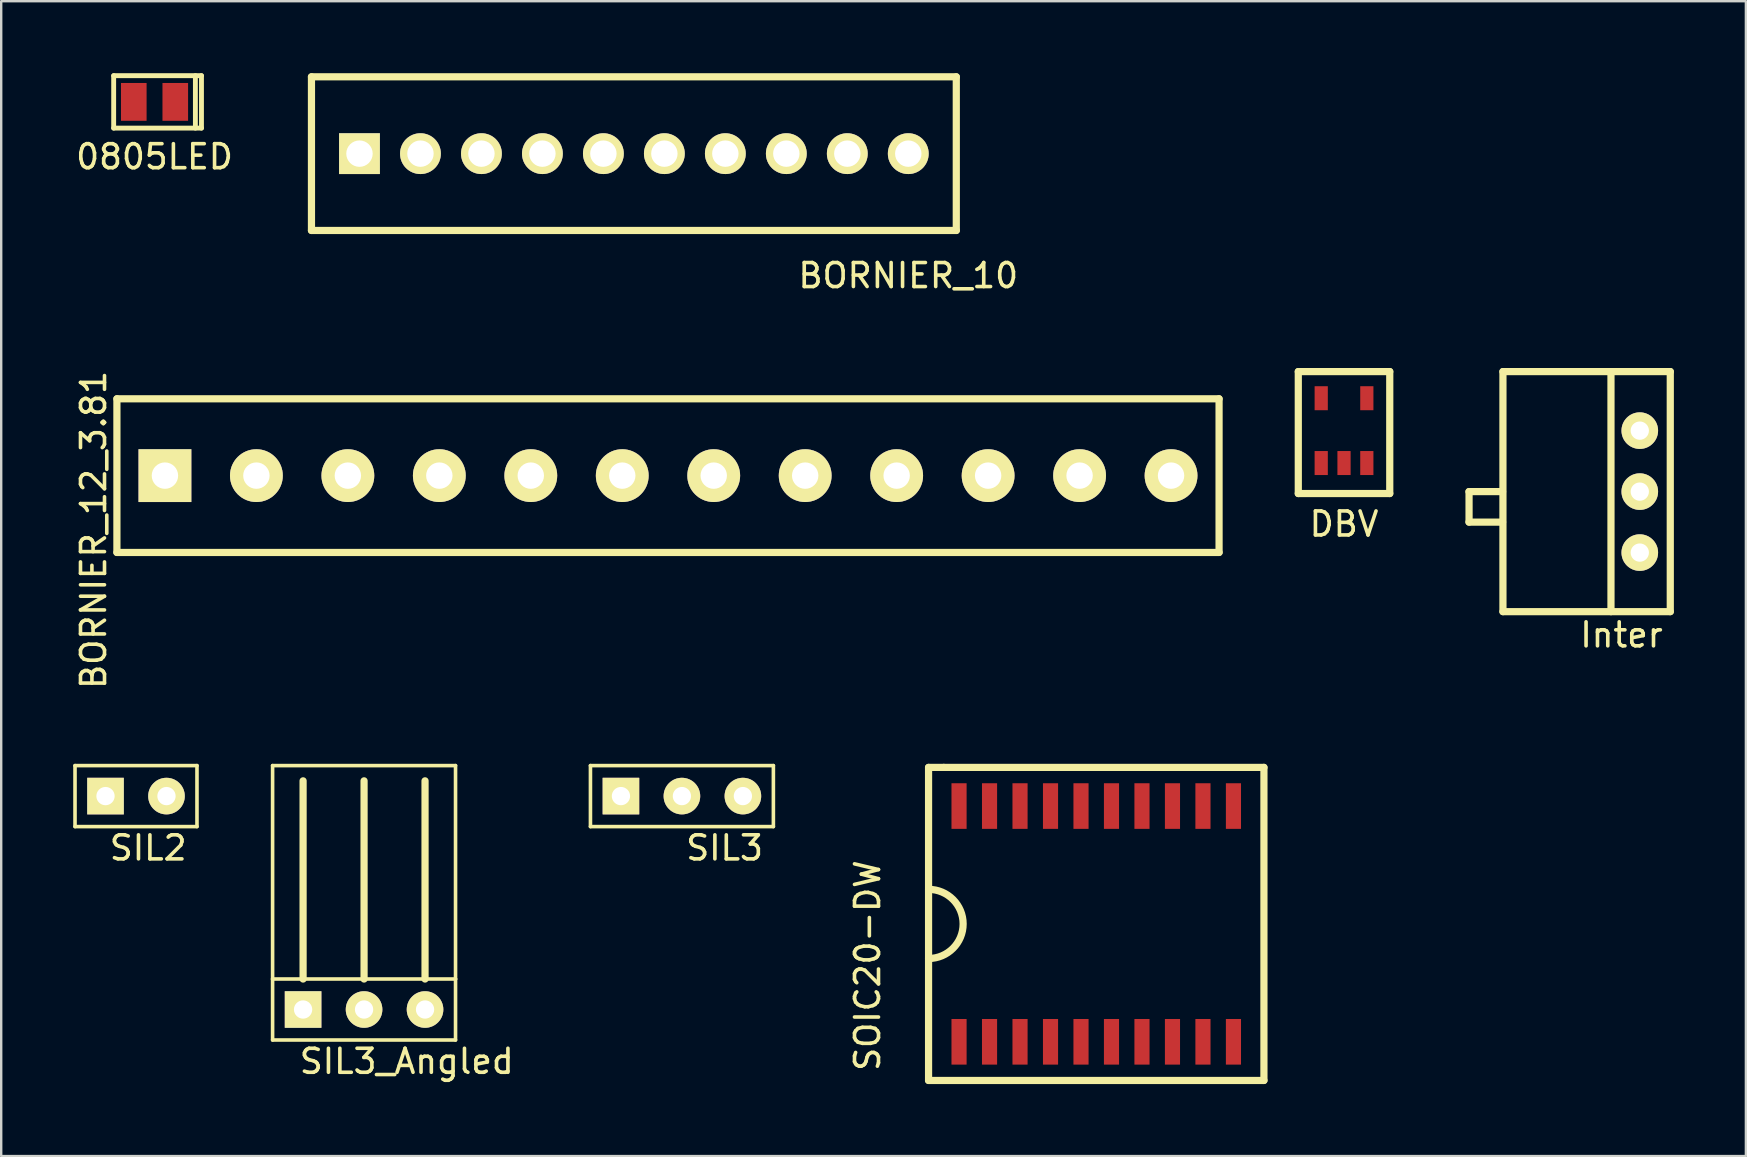
<source format=kicad_pcb>
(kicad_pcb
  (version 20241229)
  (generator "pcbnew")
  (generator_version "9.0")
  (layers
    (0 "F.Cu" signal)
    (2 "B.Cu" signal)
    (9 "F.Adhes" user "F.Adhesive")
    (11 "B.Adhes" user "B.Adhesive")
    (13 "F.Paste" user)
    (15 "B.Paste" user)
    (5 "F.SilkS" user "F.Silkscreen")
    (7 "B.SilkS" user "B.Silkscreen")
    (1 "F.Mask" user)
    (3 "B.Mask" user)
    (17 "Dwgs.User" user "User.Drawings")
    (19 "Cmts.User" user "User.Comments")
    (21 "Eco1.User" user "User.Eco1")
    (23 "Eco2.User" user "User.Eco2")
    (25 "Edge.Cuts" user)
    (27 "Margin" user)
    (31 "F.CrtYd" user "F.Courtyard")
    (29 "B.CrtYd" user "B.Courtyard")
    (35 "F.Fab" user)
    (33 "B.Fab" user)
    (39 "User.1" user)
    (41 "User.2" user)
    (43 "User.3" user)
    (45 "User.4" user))
  (footprint "BORNIER_10"
    (layer "F.Cu")
    (at 11.924 3.35)
    (property "Reference" "BORNIER_10" (at 22.86 5.08 0) (layer "F.SilkS") (effects (font (size 1 1) (thickness 0.15))))
    (attr through_hole)
    (fp_line (start -2 -3.2) (end -2 3.2) (stroke (width 0.3) (type solid)) (layer "F.SilkS"))
    (fp_line (start -2 -3.2) (end 24.86 -3.2) (stroke (width 0.3) (type solid)) (layer "F.SilkS"))
    (fp_line (start -2 3.2) (end 24.86 3.2) (stroke (width 0.3) (type solid)) (layer "F.SilkS"))
    (fp_line (start 24.86 -3.2) (end 24.86 3.2) (stroke (width 0.3) (type solid)) (layer "F.SilkS"))
    (pad "1" thru_hole rect (at 0 0) (size 1.7 1.7) (drill 1.1) (layers "*.Cu" "*.Mask" "F.SilkS"))
    (pad "2" thru_hole circle (at 2.54 0) (size 1.7 1.7) (drill 1.1) (layers "*.Cu" "*.Mask" "F.SilkS"))
    (pad "3" thru_hole circle (at 5.08 0) (size 1.7 1.7) (drill 1.1) (layers "*.Cu" "*.Mask" "F.SilkS"))
    (pad "4" thru_hole circle (at 7.62 0) (size 1.7 1.7) (drill 1.1) (layers "*.Cu" "*.Mask" "F.SilkS"))
    (pad "5" thru_hole circle (at 10.16 0) (size 1.7 1.7) (drill 1.1) (layers "*.Cu" "*.Mask" "F.SilkS"))
    (pad "6" thru_hole circle (at 12.7 0) (size 1.7 1.7) (drill 1.1) (layers "*.Cu" "*.Mask" "F.SilkS"))
    (pad "7" thru_hole circle (at 15.24 0) (size 1.7 1.7) (drill 1.1) (layers "*.Cu" "*.Mask" "F.SilkS"))
    (pad "8" thru_hole circle (at 17.78 0) (size 1.7 1.7) (drill 1.1) (layers "*.Cu" "*.Mask" "F.SilkS"))
    (pad "9" thru_hole circle (at 20.32 0) (size 1.7 1.7) (drill 1.1) (layers "*.Cu" "*.Mask" "F.SilkS"))
    (pad "10" thru_hole circle (at 22.86 0) (size 1.7 1.7) (drill 1.1) (layers "*.Cu" "*.Mask" "F.SilkS")))
  (footprint "SIL3_Angled"
    (layer "F.Cu")
    (at 9.575 39.001)
    (property "Reference" "SIL3_Angled" (at 4.318 2.159 0) (layer "F.SilkS") (effects (font (size 1 1) (thickness 0.15))))
    (attr through_hole)
    (fp_line (start -1.27 -10.16) (end 6.35 -10.16) (stroke (width 0.15) (type solid)) (layer "F.SilkS"))
    (fp_line (start -1.27 -1.27) (end -1.27 -10.16) (stroke (width 0.15) (type solid)) (layer "F.SilkS"))
    (fp_line (start -1.27 -1.27) (end 6.35 -1.27) (stroke (width 0.15) (type solid)) (layer "F.SilkS"))
    (fp_line (start -1.27 1.27) (end -1.27 -1.27) (stroke (width 0.15) (type solid)) (layer "F.SilkS"))
    (fp_line (start 0 -1.27) (end 0 -9.525) (stroke (width 0.3) (type solid)) (layer "F.SilkS"))
    (fp_line (start 2.54 -1.27) (end 2.54 -9.525) (stroke (width 0.3) (type solid)) (layer "F.SilkS"))
    (fp_line (start 5.08 -1.27) (end 5.08 -9.525) (stroke (width 0.3) (type solid)) (layer "F.SilkS"))
    (fp_line (start 6.35 -10.16) (end 6.35 -1.27) (stroke (width 0.15) (type solid)) (layer "F.SilkS"))
    (fp_line (start 6.35 -1.27) (end 6.35 1.27) (stroke (width 0.15) (type solid)) (layer "F.SilkS"))
    (fp_line (start 6.35 1.27) (end -1.27 1.27) (stroke (width 0.15) (type solid)) (layer "F.SilkS"))
    (pad "1" thru_hole rect (at 0 0) (size 1.524 1.524) (drill 0.762) (layers "*.Cu" "*.Mask" "F.SilkS"))
    (pad "2" thru_hole circle (at 2.54 0) (size 1.524 1.524) (drill 0.762) (layers "*.Cu" "*.Mask" "F.SilkS"))
    (pad "3" thru_hole circle (at 5.08 0) (size 1.524 1.524) (drill 0.762) (layers "*.Cu" "*.Mask" "F.SilkS")))
  (footprint "DBV"
    (layer "F.Cu")
    (at 52.935 16.238)
    (property "Reference" "DBV" (at 0 2.54 0) (layer "F.SilkS") (effects (font (size 1 1) (thickness 0.15))))
    (attr through_hole)
    (fp_line (start -1.905 -3.81) (end 1.905 -3.81) (stroke (width 0.3) (type solid)) (layer "F.SilkS"))
    (fp_line (start -1.905 1.27) (end -1.905 -3.81) (stroke (width 0.3) (type solid)) (layer "F.SilkS"))
    (fp_line (start 1.905 -3.81) (end 1.905 1.27) (stroke (width 0.3) (type solid)) (layer "F.SilkS"))
    (fp_line (start 1.905 1.27) (end -1.905 1.27) (stroke (width 0.3) (type solid)) (layer "F.SilkS"))
    (pad "1" smd rect (at -0.95 0) (size 0.55 1) (layers "F.Cu" "F.Mask" "F.Paste"))
    (pad "2" smd rect (at 0 0) (size 0.55 1) (layers "F.Cu" "F.Mask" "F.Paste"))
    (pad "3" smd rect (at 0.95 0) (size 0.55 1) (layers "F.Cu" "F.Mask" "F.Paste"))
    (pad "4" smd rect (at 0.95 -2.7) (size 0.55 1) (layers "F.Cu" "F.Mask" "F.Paste"))
    (pad "5" smd rect (at -0.95 -2.7) (size 0.55 1) (layers "F.Cu" "F.Mask" "F.Paste")))
  (footprint "SIL2"
    (layer "F.Cu")
    (at 1.345 30.111)
    (property "Reference" "SIL2" (at 1.778 2.159 0) (layer "F.SilkS") (effects (font (size 1 1) (thickness 0.15))))
    (attr through_hole)
    (fp_line (start -1.27 -1.27) (end 3.81 -1.27) (stroke (width 0.15) (type solid)) (layer "F.SilkS"))
    (fp_line (start -1.27 1.27) (end -1.27 -1.27) (stroke (width 0.15) (type solid)) (layer "F.SilkS"))
    (fp_line (start 3.81 -1.27) (end 3.81 1.27) (stroke (width 0.15) (type solid)) (layer "F.SilkS"))
    (fp_line (start 3.81 1.27) (end -1.27 1.27) (stroke (width 0.15) (type solid)) (layer "F.SilkS"))
    (pad "1" thru_hole rect (at 0 0) (size 1.524 1.524) (drill 0.762) (layers "*.Cu" "*.Mask" "F.SilkS"))
    (pad "2" thru_hole circle (at 2.54 0) (size 1.524 1.524) (drill 0.762) (layers "*.Cu" "*.Mask" "F.SilkS")))
  (footprint "0805LED"
    (layer "F.Cu")
    (at 3.387 1.194)
    (property "Reference" "0805LED" (at 0 2.286 0) (layer "F.SilkS") (effects (font (size 1 1) (thickness 0.15))))
    (attr through_hole)
    (fp_line (start -1.702 -1.092) (end -1.702 1.092) (stroke (width 0.203) (type solid)) (layer "F.SilkS"))
    (fp_line (start -1.702 -1.092) (end 1.955 -1.092) (stroke (width 0.203) (type solid)) (layer "F.SilkS"))
    (fp_line (start -1.702 1.092) (end 1.955 1.092) (stroke (width 0.203) (type solid)) (layer "F.SilkS"))
    (fp_line (start 1.702 -1.092) (end 1.702 1.092) (stroke (width 0.203) (type solid)) (layer "F.SilkS"))
    (fp_line (start 1.955 -1.092) (end 1.955 1.092) (stroke (width 0.203) (type solid)) (layer "F.SilkS"))
    (pad "A" smd rect (at -0.864 0) (size 1.067 1.575) (layers "F.Cu" "F.Mask" "F.Paste"))
    (pad "K" smd rect (at 0.864 0) (size 1.067 1.575) (layers "F.Cu" "F.Mask" "F.Paste")))
  (footprint "SIL3"
    (layer "F.Cu")
    (at 22.815 30.111)
    (property "Reference" "SIL3" (at 4.318 2.159 0) (layer "F.SilkS") (effects (font (size 1 1) (thickness 0.15))))
    (attr through_hole)
    (fp_line (start -1.27 -1.27) (end 6.35 -1.27) (stroke (width 0.15) (type solid)) (layer "F.SilkS"))
    (fp_line (start -1.27 1.27) (end -1.27 -1.27) (stroke (width 0.15) (type solid)) (layer "F.SilkS"))
    (fp_line (start 6.35 -1.27) (end 6.35 1.27) (stroke (width 0.15) (type solid)) (layer "F.SilkS"))
    (fp_line (start 6.35 1.27) (end -1.27 1.27) (stroke (width 0.15) (type solid)) (layer "F.SilkS"))
    (pad "1" thru_hole rect (at 0 0) (size 1.524 1.524) (drill 0.762) (layers "*.Cu" "*.Mask" "F.SilkS"))
    (pad "2" thru_hole circle (at 2.54 0) (size 1.524 1.524) (drill 0.762) (layers "*.Cu" "*.Mask" "F.SilkS"))
    (pad "3" thru_hole circle (at 5.08 0) (size 1.524 1.524) (drill 0.762) (layers "*.Cu" "*.Mask" "F.SilkS")))
  (footprint "SOIC20-DW"
    (layer "F.Cu")
    (at 36.899 40.346)
    (property "Reference" "SOIC20-DW" (at -3.81 -3.175 90) (layer "F.SilkS") (effects (font (size 1 1) (thickness 0.15))))
    (attr through_hole)
    (fp_line (start -1.27 -11.43) (end -0.635 -11.43) (stroke (width 0.3) (type solid)) (layer "F.SilkS"))
    (fp_line (start -1.27 1.61) (end -1.27 -11.43) (stroke (width 0.3) (type solid)) (layer "F.SilkS"))
    (fp_line (start -0.635 -11.43) (end 12.7 -11.43) (stroke (width 0.3) (type solid)) (layer "F.SilkS"))
    (fp_line (start 12.7 -11.43) (end 12.7 1.61) (stroke (width 0.3) (type solid)) (layer "F.SilkS"))
    (fp_line (start 12.7 1.61) (end -1.27 1.61) (stroke (width 0.3) (type solid)) (layer "F.SilkS"))
    (fp_arc (start -1.27 -6.35) (mid 0.17 -4.91) (end -1.27 -3.47) (stroke (width 0.3) (type solid)) (layer "F.SilkS"))
    (pad "1" smd rect (at 0 0) (size 0.63 1.9) (layers "F.Cu" "F.Mask" "F.Paste"))
    (pad "2" smd rect (at 1.27 0) (size 0.63 1.9) (layers "F.Cu" "F.Mask" "F.Paste"))
    (pad "3" smd rect (at 2.54 0) (size 0.63 1.9) (layers "F.Cu" "F.Mask" "F.Paste"))
    (pad "4" smd rect (at 3.81 0) (size 0.63 1.9) (layers "F.Cu" "F.Mask" "F.Paste"))
    (pad "5" smd rect (at 5.08 0) (size 0.63 1.9) (layers "F.Cu" "F.Mask" "F.Paste"))
    (pad "6" smd rect (at 6.35 0) (size 0.63 1.9) (layers "F.Cu" "F.Mask" "F.Paste"))
    (pad "7" smd rect (at 7.62 0) (size 0.63 1.9) (layers "F.Cu" "F.Mask" "F.Paste"))
    (pad "8" smd rect (at 8.89 0) (size 0.63 1.9) (layers "F.Cu" "F.Mask" "F.Paste"))
    (pad "9" smd rect (at 10.16 0) (size 0.63 1.9) (layers "F.Cu" "F.Mask" "F.Paste"))
    (pad "10" smd rect (at 11.43 0) (size 0.63 1.9) (layers "F.Cu" "F.Mask" "F.Paste"))
    (pad "11" smd rect (at 11.43 -9.82) (size 0.63 1.9) (layers "F.Cu" "F.Mask" "F.Paste"))
    (pad "12" smd rect (at 10.16 -9.82) (size 0.63 1.9) (layers "F.Cu" "F.Mask" "F.Paste"))
    (pad "13" smd rect (at 8.89 -9.82) (size 0.63 1.9) (layers "F.Cu" "F.Mask" "F.Paste"))
    (pad "14" smd rect (at 7.62 -9.82) (size 0.63 1.9) (layers "F.Cu" "F.Mask" "F.Paste"))
    (pad "15" smd rect (at 6.35 -9.82) (size 0.63 1.9) (layers "F.Cu" "F.Mask" "F.Paste"))
    (pad "16" smd rect (at 5.08 -9.82) (size 0.63 1.9) (layers "F.Cu" "F.Mask" "F.Paste"))
    (pad "17" smd rect (at 3.81 -9.82) (size 0.63 1.9) (layers "F.Cu" "F.Mask" "F.Paste"))
    (pad "18" smd rect (at 2.54 -9.82) (size 0.63 1.9) (layers "F.Cu" "F.Mask" "F.Paste"))
    (pad "19" smd rect (at 1.27 -9.82) (size 0.63 1.9) (layers "F.Cu" "F.Mask" "F.Paste"))
    (pad "20" smd rect (at 0 -9.82) (size 0.63 1.9) (layers "F.Cu" "F.Mask" "F.Paste")))
  (footprint "BORNIER_12_3.81"
    (layer "F.Cu")
    (at 3.82 16.762)
    (property "Reference" "BORNIER_12_3.81" (at -2.972 2.261 90) (layer "F.SilkS") (effects (font (size 1 1) (thickness 0.15))))
    (attr through_hole)
    (fp_line (start -2 -3.2) (end -2 3.2) (stroke (width 0.3) (type solid)) (layer "F.SilkS"))
    (fp_line (start -2 -3.2) (end 43.91 -3.2) (stroke (width 0.3) (type solid)) (layer "F.SilkS"))
    (fp_line (start -2 3.2) (end 43.91 3.2) (stroke (width 0.3) (type solid)) (layer "F.SilkS"))
    (fp_line (start 43.91 -3.2) (end 43.91 3.2) (stroke (width 0.3) (type solid)) (layer "F.SilkS"))
    (pad "1" thru_hole rect (at 0 0) (size 2.2 2.2) (drill 1.1) (layers "*.Cu" "*.Mask" "F.SilkS"))
    (pad "2" thru_hole circle (at 3.81 0) (size 2.2 2.2) (drill 1.1) (layers "*.Cu" "*.Mask" "F.SilkS"))
    (pad "3" thru_hole circle (at 7.62 0) (size 2.2 2.2) (drill 1.1) (layers "*.Cu" "*.Mask" "F.SilkS"))
    (pad "4" thru_hole circle (at 11.43 0) (size 2.2 2.2) (drill 1.1) (layers "*.Cu" "*.Mask" "F.SilkS"))
    (pad "5" thru_hole circle (at 15.24 0) (size 2.2 2.2) (drill 1.1) (layers "*.Cu" "*.Mask" "F.SilkS"))
    (pad "6" thru_hole circle (at 19.05 0) (size 2.2 2.2) (drill 1.1) (layers "*.Cu" "*.Mask" "F.SilkS"))
    (pad "7" thru_hole circle (at 22.86 0) (size 2.2 2.2) (drill 1.1) (layers "*.Cu" "*.Mask" "F.SilkS"))
    (pad "8" thru_hole circle (at 26.67 0) (size 2.2 2.2) (drill 1.1) (layers "*.Cu" "*.Mask" "F.SilkS"))
    (pad "9" thru_hole circle (at 30.48 0) (size 2.2 2.2) (drill 1.1) (layers "*.Cu" "*.Mask" "F.SilkS"))
    (pad "10" thru_hole circle (at 34.29 0) (size 2.2 2.2) (drill 1.1) (layers "*.Cu" "*.Mask" "F.SilkS"))
    (pad "11" thru_hole circle (at 38.1 0) (size 2.2 2.2) (drill 1.1) (layers "*.Cu" "*.Mask" "F.SilkS"))
    (pad "12" thru_hole circle (at 41.91 0) (size 2.2 2.2) (drill 1.1) (layers "*.Cu" "*.Mask" "F.SilkS")))
  (footprint "Inter"
    (layer "F.Cu")
    (at 65.255 17.428)
    (property "Reference" "Inter" (at -0.762 5.969 0) (layer "F.SilkS") (effects (font (size 1 1) (thickness 0.15))))
    (attr through_hole)
    (fp_line (start -7.115 0) (end -5.715 0) (stroke (width 0.3) (type solid)) (layer "F.SilkS"))
    (fp_line (start -7.115 1.27) (end -5.715 1.27) (stroke (width 0.3) (type solid)) (layer "F.SilkS"))
    (fp_line (start -7.112 0) (end -7.112 1.27) (stroke (width 0.3) (type solid)) (layer "F.SilkS"))
    (fp_line (start -5.7 -5) (end -5.7 5) (stroke (width 0.3) (type solid)) (layer "F.SilkS"))
    (fp_line (start -5.7 -5) (end -1.2 -5) (stroke (width 0.3) (type solid)) (layer "F.SilkS"))
    (fp_line (start -5.7 5) (end -1.2 5) (stroke (width 0.3) (type solid)) (layer "F.SilkS"))
    (fp_line (start -1.2 -5) (end -1.2 5) (stroke (width 0.3) (type solid)) (layer "F.SilkS"))
    (fp_line (start -1.143 -5) (end 1.27 -5) (stroke (width 0.3) (type solid)) (layer "F.SilkS"))
    (fp_line (start 1.27 -5) (end 1.27 5) (stroke (width 0.3) (type solid)) (layer "F.SilkS"))
    (fp_line (start 1.27 5) (end -1.143 5) (stroke (width 0.3) (type solid)) (layer "F.SilkS"))
    (pad "1" thru_hole circle (at 0 -2.54) (size 1.524 1.524) (drill 0.762) (layers "*.Cu" "*.Mask" "F.SilkS"))
    (pad "2" thru_hole circle (at 0 0) (size 1.524 1.524) (drill 0.762) (layers "*.Cu" "*.Mask" "F.SilkS"))
    (pad "3" thru_hole circle (at 0 2.54) (size 1.524 1.524) (drill 0.762) (layers "*.Cu" "*.Mask" "F.SilkS")))
  (gr_rect
    (start -3 -3)
    (end 69.675 45.106)
    (stroke (width 0.1) (type default))
    (fill no)
    (layer "Edge.Cuts")))
</source>
